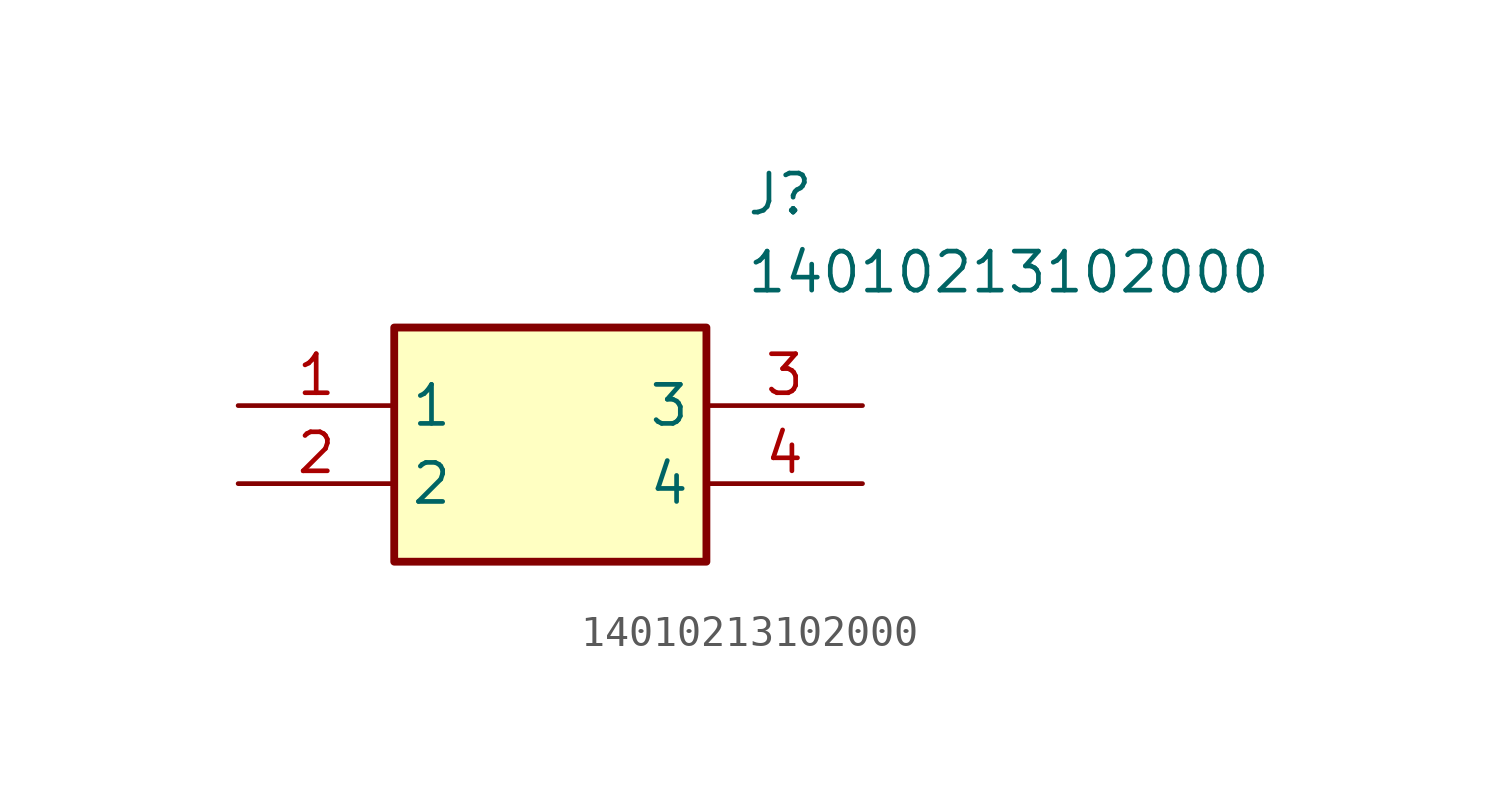
<source format=kicad_sym>
(kicad_symbol_lib
  (version 20211014)
  (generator SamacSys_ECAD_Model)
  (symbol "14010213102000"
    (property "Reference" "J"
      (at 16.51 7.62 0)
      (effects (font (size 1.27 1.27)) (justify left top)))
    (property "Value" "14010213102000"
      (at 16.51 5.08 0)
      (effects (font (size 1.27 1.27)) (justify left top)))
    (rectangle
      (start 5.08 2.54)
      (end 15.24 -5.08)
      (stroke (width 0.254) (type default))
      (fill (type background)))
    (pin passive line
      (at 0 0 0)
      (length 5.08)
      (name "1" (effects (font (size 1.27 1.27))))
      (number "1" (effects (font (size 1.27 1.27)))))
    (pin passive line
      (at 0 -2.54 0)
      (length 5.08)
      (name "2" (effects (font (size 1.27 1.27))))
      (number "2" (effects (font (size 1.27 1.27)))))
    (pin passive line
      (at 20.32 0 180)
      (length 5.08)
      (name "3" (effects (font (size 1.27 1.27))))
      (number "3" (effects (font (size 1.27 1.27)))))
    (pin passive line
      (at 20.32 -2.54 180)
      (length 5.08)
      (name "4" (effects (font (size 1.27 1.27))))
      (number "4" (effects (font (size 1.27 1.27)))))))
</source>
